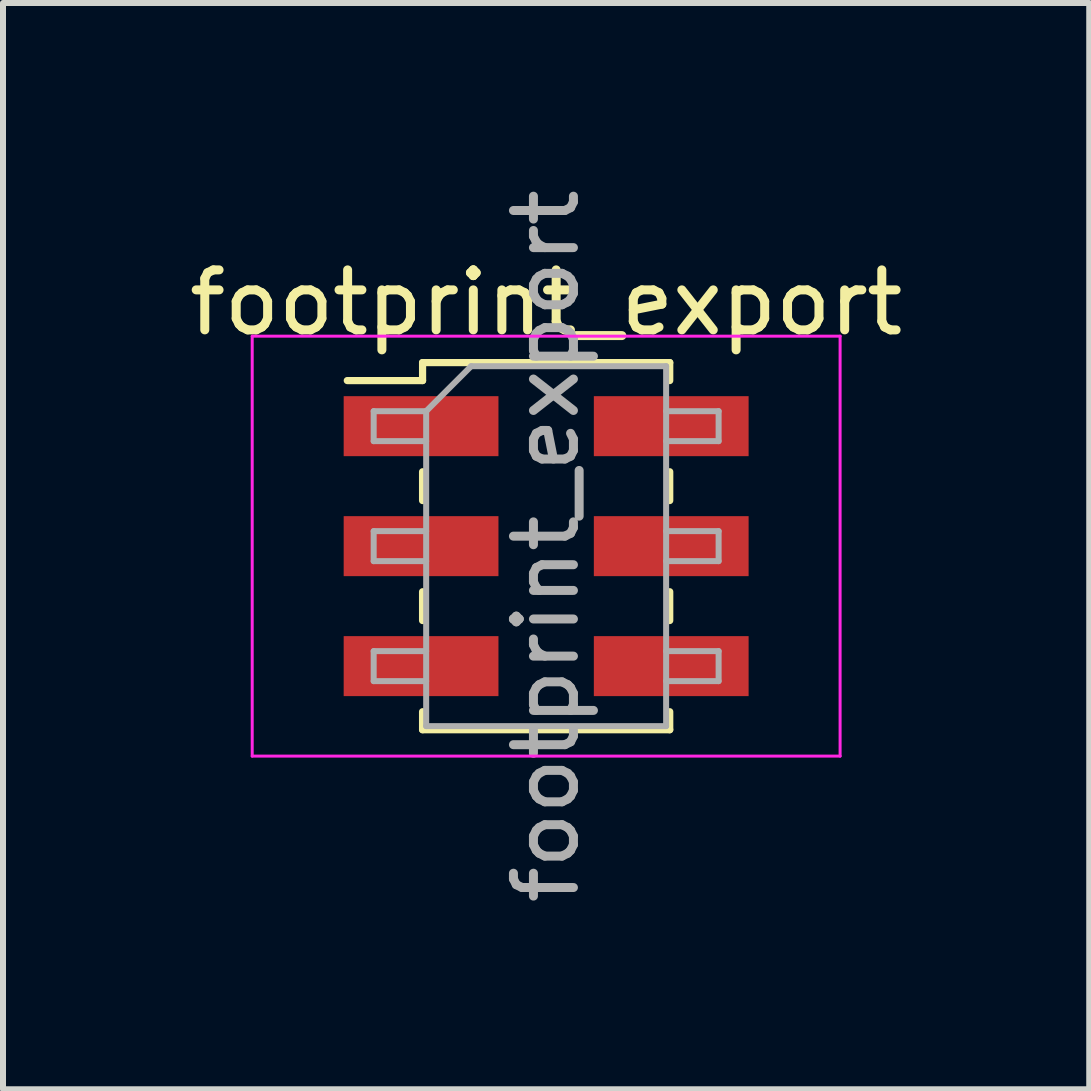
<source format=kicad_pcb>
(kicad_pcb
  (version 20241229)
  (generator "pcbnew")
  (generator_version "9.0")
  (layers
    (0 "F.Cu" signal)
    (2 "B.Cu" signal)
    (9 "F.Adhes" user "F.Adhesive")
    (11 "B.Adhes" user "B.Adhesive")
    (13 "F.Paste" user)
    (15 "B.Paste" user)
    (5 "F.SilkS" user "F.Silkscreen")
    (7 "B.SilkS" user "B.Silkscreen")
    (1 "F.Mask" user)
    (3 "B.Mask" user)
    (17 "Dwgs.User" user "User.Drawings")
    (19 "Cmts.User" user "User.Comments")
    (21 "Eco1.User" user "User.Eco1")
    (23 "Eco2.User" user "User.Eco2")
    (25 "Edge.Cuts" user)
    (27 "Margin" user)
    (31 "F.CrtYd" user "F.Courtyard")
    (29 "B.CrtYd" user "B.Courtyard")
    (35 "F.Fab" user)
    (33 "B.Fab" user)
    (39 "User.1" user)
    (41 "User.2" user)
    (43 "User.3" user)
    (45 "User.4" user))
  (footprint "footprint_export"
    (layer "F.Cu")
    (at 6.054 6.054)
    (property "Reference" "footprint_export" (at 0 -4.06 0) (layer "F.SilkS") (effects (font (size 1 1) (thickness 0.15))))
    (attr smd)
    (fp_line (start -3.315 -2.76) (end -2.06 -2.76) (stroke (width 0.12) (type solid)) (layer "F.SilkS"))
    (fp_line (start -2.06 -3.06) (end -2.06 -2.76) (stroke (width 0.12) (type solid)) (layer "F.SilkS"))
    (fp_line (start -2.06 -3.06) (end 2.06 -3.06) (stroke (width 0.12) (type solid)) (layer "F.SilkS"))
    (fp_line (start -2.06 -1.24) (end -2.06 -0.76) (stroke (width 0.12) (type solid)) (layer "F.SilkS"))
    (fp_line (start -2.06 0.76) (end -2.06 1.24) (stroke (width 0.12) (type solid)) (layer "F.SilkS"))
    (fp_line (start -2.06 2.76) (end -2.06 3.06) (stroke (width 0.12) (type solid)) (layer "F.SilkS"))
    (fp_line (start -2.06 3.06) (end 2.06 3.06) (stroke (width 0.12) (type solid)) (layer "F.SilkS"))
    (fp_line (start 2.06 -3.06) (end 2.06 -2.76) (stroke (width 0.12) (type solid)) (layer "F.SilkS"))
    (fp_line (start 2.06 -1.24) (end 2.06 -0.76) (stroke (width 0.12) (type solid)) (layer "F.SilkS"))
    (fp_line (start 2.06 0.76) (end 2.06 1.24) (stroke (width 0.12) (type solid)) (layer "F.SilkS"))
    (fp_line (start 2.06 2.76) (end 2.06 3.06) (stroke (width 0.12) (type solid)) (layer "F.SilkS"))
    (fp_line (start -4.9 -3.5) (end -4.9 3.5) (stroke (width 0.05) (type solid)) (layer "F.CrtYd"))
    (fp_line (start -4.9 3.5) (end 4.9 3.5) (stroke (width 0.05) (type solid)) (layer "F.CrtYd"))
    (fp_line (start 4.9 -3.5) (end -4.9 -3.5) (stroke (width 0.05) (type solid)) (layer "F.CrtYd"))
    (fp_line (start 4.9 3.5) (end 4.9 -3.5) (stroke (width 0.05) (type solid)) (layer "F.CrtYd"))
    (fp_line (start -2.875 -2.25) (end -2.875 -1.75) (stroke (width 0.1) (type solid)) (layer "F.Fab"))
    (fp_line (start -2.875 -1.75) (end -2 -1.75) (stroke (width 0.1) (type solid)) (layer "F.Fab"))
    (fp_line (start -2.875 -0.25) (end -2.875 0.25) (stroke (width 0.1) (type solid)) (layer "F.Fab"))
    (fp_line (start -2.875 0.25) (end -2 0.25) (stroke (width 0.1) (type solid)) (layer "F.Fab"))
    (fp_line (start -2.875 1.75) (end -2.875 2.25) (stroke (width 0.1) (type solid)) (layer "F.Fab"))
    (fp_line (start -2.875 2.25) (end -2 2.25) (stroke (width 0.1) (type solid)) (layer "F.Fab"))
    (fp_line (start -2 -2.25) (end -2.875 -2.25) (stroke (width 0.1) (type solid)) (layer "F.Fab"))
    (fp_line (start -2 -2.25) (end -1.25 -3) (stroke (width 0.1) (type solid)) (layer "F.Fab"))
    (fp_line (start -2 -0.25) (end -2.875 -0.25) (stroke (width 0.1) (type solid)) (layer "F.Fab"))
    (fp_line (start -2 1.75) (end -2.875 1.75) (stroke (width 0.1) (type solid)) (layer "F.Fab"))
    (fp_line (start -2 3) (end -2 -2.25) (stroke (width 0.1) (type solid)) (layer "F.Fab"))
    (fp_line (start -1.25 -3) (end 2 -3) (stroke (width 0.1) (type solid)) (layer "F.Fab"))
    (fp_line (start 2 -3) (end 2 3) (stroke (width 0.1) (type solid)) (layer "F.Fab"))
    (fp_line (start 2 -2.25) (end 2.875 -2.25) (stroke (width 0.1) (type solid)) (layer "F.Fab"))
    (fp_line (start 2 -0.25) (end 2.875 -0.25) (stroke (width 0.1) (type solid)) (layer "F.Fab"))
    (fp_line (start 2 1.75) (end 2.875 1.75) (stroke (width 0.1) (type solid)) (layer "F.Fab"))
    (fp_line (start 2 3) (end -2 3) (stroke (width 0.1) (type solid)) (layer "F.Fab"))
    (fp_line (start 2.875 -2.25) (end 2.875 -1.75) (stroke (width 0.1) (type solid)) (layer "F.Fab"))
    (fp_line (start 2.875 -1.75) (end 2 -1.75) (stroke (width 0.1) (type solid)) (layer "F.Fab"))
    (fp_line (start 2.875 -0.25) (end 2.875 0.25) (stroke (width 0.1) (type solid)) (layer "F.Fab"))
    (fp_line (start 2.875 0.25) (end 2 0.25) (stroke (width 0.1) (type solid)) (layer "F.Fab"))
    (fp_line (start 2.875 1.75) (end 2.875 2.25) (stroke (width 0.1) (type solid)) (layer "F.Fab"))
    (fp_line (start 2.875 2.25) (end 2 2.25) (stroke (width 0.1) (type solid)) (layer "F.Fab"))
    (fp_text user "${REFERENCE}" (at 0 0 90) (layer "F.Fab") (effects (font (size 1 1) (thickness 0.15))))
    (pad "1" smd rect (at -2.085 -2) (size 2.58 1) (layers "F.Cu" "F.Mask" "F.Paste"))
    (pad "2" smd rect (at 2.085 -2) (size 2.58 1) (layers "F.Cu" "F.Mask" "F.Paste"))
    (pad "3" smd rect (at -2.085 0) (size 2.58 1) (layers "F.Cu" "F.Mask" "F.Paste"))
    (pad "4" smd rect (at 2.085 0) (size 2.58 1) (layers "F.Cu" "F.Mask" "F.Paste"))
    (pad "5" smd rect (at -2.085 2) (size 2.58 1) (layers "F.Cu" "F.Mask" "F.Paste"))
    (pad "6" smd rect (at 2.085 2) (size 2.58 1) (layers "F.Cu" "F.Mask" "F.Paste")))
  (gr_rect
    (start -3 -3)
    (end 15.107 15.107)
    (stroke (width 0.1) (type default))
    (fill no)
    (layer "Edge.Cuts")))
</source>
